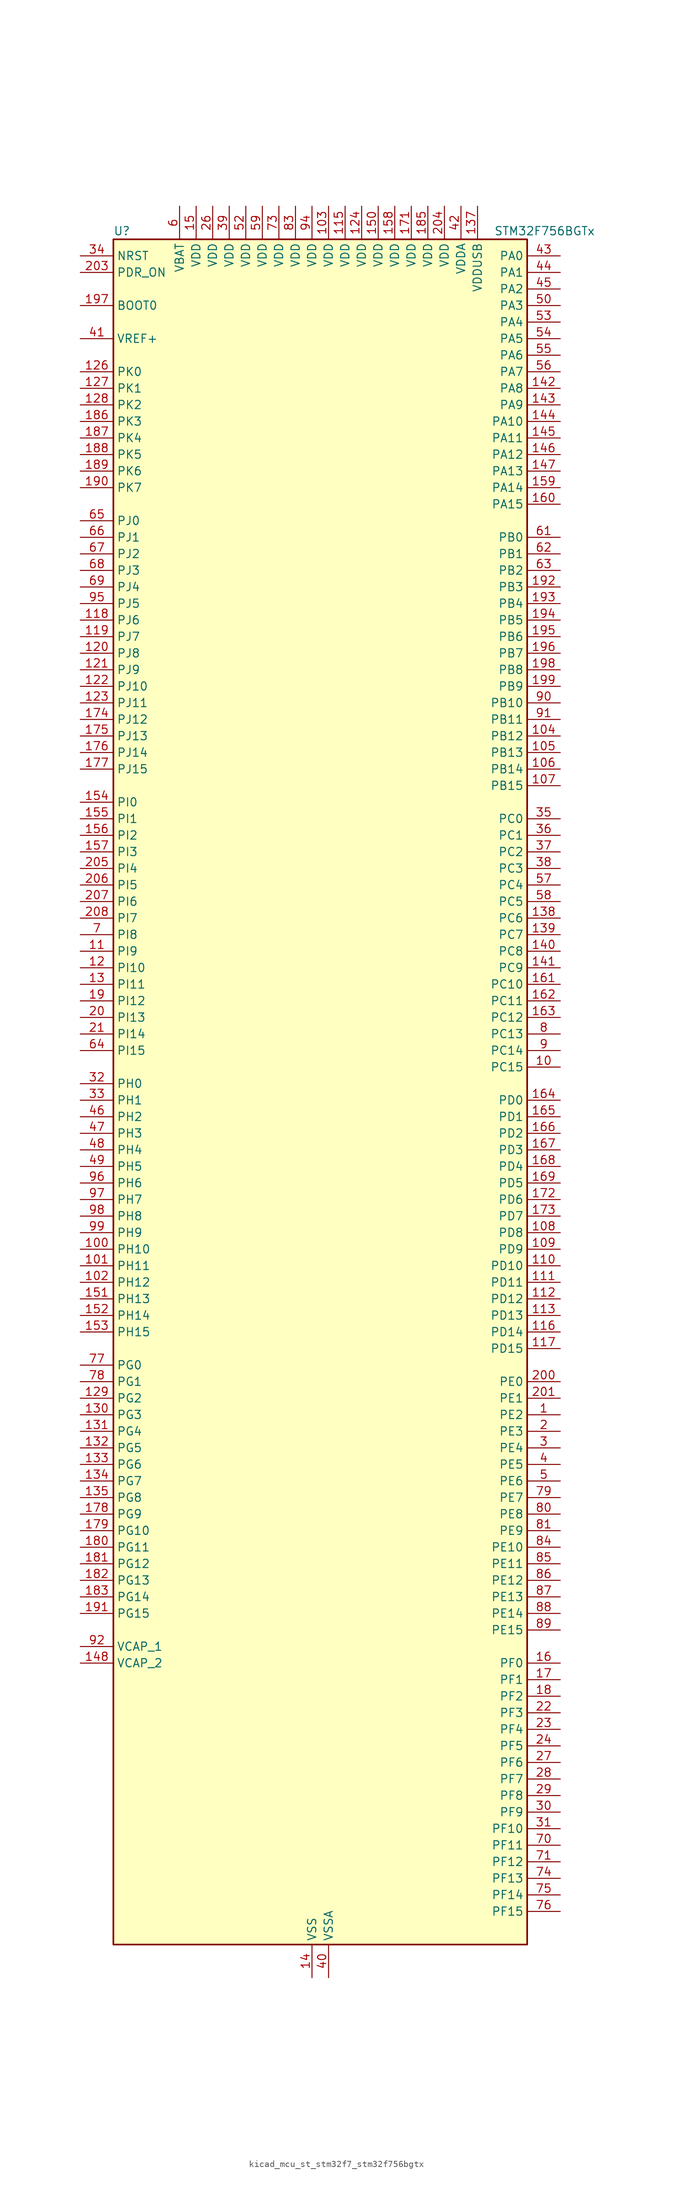
<source format=kicad_sym>
(kicad_symbol_lib
  (version 20220914)
  (generator kicad_symbol_editor)
  (symbol "kicad_mcu_st_stm32f7_stm32f756bgtx"
    (property "Reference" "U"
      (at -30.48 133.35 0)
      (effects (font (size 1.27 1.27)) (justify left)))
    (property "Value" "STM32F756BGTx"
      (at 27.94 133.35 0)
      (effects (font (size 1.27 1.27)) (justify left)))
    (property "ki_locked" ""
      (at 0 0 0)
      (effects (font (size 1.27 1.27))))
    (symbol "kicad_mcu_st_stm32f7_stm32f756bgtx_0_1"
      (rectangle (start -30.48 -129.54) (end 33.02 132.08) (stroke (width 0.254) (type default)) (fill (type background))))
    (symbol "kicad_mcu_st_stm32f7_stm32f756bgtx_1_1"
      (pin bidirectional line (at 38.1 -48.26 180) (length 5.08) (name "PE2" (effects (font (size 1.27 1.27)))) (number "1" (effects (font (size 1.27 1.27)))) (alternate "ETH_TXD3" bidirectional line) (alternate "FMC_A23" bidirectional line) (alternate "QUADSPI_BK1_IO2" bidirectional line) (alternate "SAI1_MCLK_A" bidirectional line) (alternate "SPI4_SCK" bidirectional line) (alternate "SYS_TRACECLK" bidirectional line))
      (pin bidirectional line (at 38.1 5.08 180) (length 5.08) (name "PC15" (effects (font (size 1.27 1.27)))) (number "10" (effects (font (size 1.27 1.27)))) (alternate "RCC_OSC32_OUT" bidirectional line))
      (pin bidirectional line (at -35.56 -22.86 0) (length 5.08) (name "PH10" (effects (font (size 1.27 1.27)))) (number "100" (effects (font (size 1.27 1.27)))) (alternate "DCMI_D1" bidirectional line) (alternate "FMC_D18" bidirectional line) (alternate "I2C4_SMBA" bidirectional line) (alternate "LTDC_R4" bidirectional line) (alternate "TIM5_CH1" bidirectional line))
      (pin bidirectional line (at -35.56 -25.4 0) (length 5.08) (name "PH11" (effects (font (size 1.27 1.27)))) (number "101" (effects (font (size 1.27 1.27)))) (alternate "ADC1_EXTI11" bidirectional line) (alternate "ADC2_EXTI11" bidirectional line) (alternate "ADC3_EXTI11" bidirectional line) (alternate "DCMI_D2" bidirectional line) (alternate "FMC_D19" bidirectional line) (alternate "I2C4_SCL" bidirectional line) (alternate "LTDC_R5" bidirectional line) (alternate "TIM5_CH2" bidirectional line))
      (pin bidirectional line (at -35.56 -27.94 0) (length 5.08) (name "PH12" (effects (font (size 1.27 1.27)))) (number "102" (effects (font (size 1.27 1.27)))) (alternate "DCMI_D3" bidirectional line) (alternate "FMC_D20" bidirectional line) (alternate "I2C4_SDA" bidirectional line) (alternate "LTDC_R6" bidirectional line) (alternate "TIM5_CH3" bidirectional line))
      (pin power_in line (at 2.54 137.16 270) (length 5.08) (name "VDD" (effects (font (size 1.27 1.27)))) (number "103" (effects (font (size 1.27 1.27)))))
      (pin bidirectional line (at 38.1 55.88 180) (length 5.08) (name "PB12" (effects (font (size 1.27 1.27)))) (number "104" (effects (font (size 1.27 1.27)))) (alternate "CAN2_RX" bidirectional line) (alternate "ETH_TXD0" bidirectional line) (alternate "I2C2_SMBA" bidirectional line) (alternate "I2S2_WS" bidirectional line) (alternate "SPI2_NSS" bidirectional line) (alternate "TIM1_BKIN" bidirectional line) (alternate "USART3_CK" bidirectional line) (alternate "USB_OTG_HS_ID" bidirectional line) (alternate "USB_OTG_HS_ULPI_D5" bidirectional line))
      (pin bidirectional line (at 38.1 53.34 180) (length 5.08) (name "PB13" (effects (font (size 1.27 1.27)))) (number "105" (effects (font (size 1.27 1.27)))) (alternate "CAN2_TX" bidirectional line) (alternate "ETH_TXD1" bidirectional line) (alternate "I2S2_CK" bidirectional line) (alternate "SPI2_SCK" bidirectional line) (alternate "TIM1_CH1N" bidirectional line) (alternate "USART3_CTS" bidirectional line) (alternate "USB_OTG_HS_ULPI_D6" bidirectional line) (alternate "USB_OTG_HS_VBUS" bidirectional line))
      (pin bidirectional line (at 38.1 50.8 180) (length 5.08) (name "PB14" (effects (font (size 1.27 1.27)))) (number "106" (effects (font (size 1.27 1.27)))) (alternate "SPI2_MISO" bidirectional line) (alternate "TIM12_CH1" bidirectional line) (alternate "TIM1_CH2N" bidirectional line) (alternate "TIM8_CH2N" bidirectional line) (alternate "USART3_DE" bidirectional line) (alternate "USART3_RTS" bidirectional line) (alternate "USB_OTG_HS_DM" bidirectional line))
      (pin bidirectional line (at 38.1 48.26 180) (length 5.08) (name "PB15" (effects (font (size 1.27 1.27)))) (number "107" (effects (font (size 1.27 1.27)))) (alternate "I2S2_SD" bidirectional line) (alternate "RTC_REFIN" bidirectional line) (alternate "SPI2_MOSI" bidirectional line) (alternate "TIM12_CH2" bidirectional line) (alternate "TIM1_CH3N" bidirectional line) (alternate "TIM8_CH3N" bidirectional line) (alternate "USB_OTG_HS_DP" bidirectional line))
      (pin bidirectional line (at 38.1 -20.32 180) (length 5.08) (name "PD8" (effects (font (size 1.27 1.27)))) (number "108" (effects (font (size 1.27 1.27)))) (alternate "FMC_D13" bidirectional line) (alternate "FMC_DA13" bidirectional line) (alternate "SPDIFRX_IN1" bidirectional line) (alternate "USART3_TX" bidirectional line))
      (pin bidirectional line (at 38.1 -22.86 180) (length 5.08) (name "PD9" (effects (font (size 1.27 1.27)))) (number "109" (effects (font (size 1.27 1.27)))) (alternate "DAC_EXTI9" bidirectional line) (alternate "FMC_D14" bidirectional line) (alternate "FMC_DA14" bidirectional line) (alternate "USART3_RX" bidirectional line))
      (pin bidirectional line (at -35.56 22.86 0) (length 5.08) (name "PI9" (effects (font (size 1.27 1.27)))) (number "11" (effects (font (size 1.27 1.27)))) (alternate "CAN1_RX" bidirectional line) (alternate "DAC_EXTI9" bidirectional line) (alternate "FMC_D30" bidirectional line) (alternate "LTDC_VSYNC" bidirectional line))
      (pin bidirectional line (at 38.1 -25.4 180) (length 5.08) (name "PD10" (effects (font (size 1.27 1.27)))) (number "110" (effects (font (size 1.27 1.27)))) (alternate "FMC_D15" bidirectional line) (alternate "FMC_DA15" bidirectional line) (alternate "LTDC_B3" bidirectional line) (alternate "USART3_CK" bidirectional line))
      (pin bidirectional line (at 38.1 -27.94 180) (length 5.08) (name "PD11" (effects (font (size 1.27 1.27)))) (number "111" (effects (font (size 1.27 1.27)))) (alternate "ADC1_EXTI11" bidirectional line) (alternate "ADC2_EXTI11" bidirectional line) (alternate "ADC3_EXTI11" bidirectional line) (alternate "FMC_A16" bidirectional line) (alternate "FMC_CLE" bidirectional line) (alternate "I2C4_SMBA" bidirectional line) (alternate "QUADSPI_BK1_IO0" bidirectional line) (alternate "SAI2_SD_A" bidirectional line) (alternate "USART3_CTS" bidirectional line))
      (pin bidirectional line (at 38.1 -30.48 180) (length 5.08) (name "PD12" (effects (font (size 1.27 1.27)))) (number "112" (effects (font (size 1.27 1.27)))) (alternate "FMC_A17" bidirectional line) (alternate "FMC_ALE" bidirectional line) (alternate "I2C4_SCL" bidirectional line) (alternate "LPTIM1_IN1" bidirectional line) (alternate "QUADSPI_BK1_IO1" bidirectional line) (alternate "SAI2_FS_A" bidirectional line) (alternate "TIM4_CH1" bidirectional line) (alternate "USART3_DE" bidirectional line) (alternate "USART3_RTS" bidirectional line))
      (pin bidirectional line (at 38.1 -33.02 180) (length 5.08) (name "PD13" (effects (font (size 1.27 1.27)))) (number "113" (effects (font (size 1.27 1.27)))) (alternate "FMC_A18" bidirectional line) (alternate "I2C4_SDA" bidirectional line) (alternate "LPTIM1_OUT" bidirectional line) (alternate "QUADSPI_BK1_IO3" bidirectional line) (alternate "SAI2_SCK_A" bidirectional line) (alternate "TIM4_CH2" bidirectional line))
      (pin passive line (at 0 -134.62 90) (length 5.08) hide (name "VSS" (effects (font (size 1.27 1.27)))) (number "114" (effects (font (size 1.27 1.27)))))
      (pin power_in line (at 5.08 137.16 270) (length 5.08) (name "VDD" (effects (font (size 1.27 1.27)))) (number "115" (effects (font (size 1.27 1.27)))))
      (pin bidirectional line (at 38.1 -35.56 180) (length 5.08) (name "PD14" (effects (font (size 1.27 1.27)))) (number "116" (effects (font (size 1.27 1.27)))) (alternate "FMC_D0" bidirectional line) (alternate "FMC_DA0" bidirectional line) (alternate "TIM4_CH3" bidirectional line) (alternate "UART8_CTS" bidirectional line))
      (pin bidirectional line (at 38.1 -38.1 180) (length 5.08) (name "PD15" (effects (font (size 1.27 1.27)))) (number "117" (effects (font (size 1.27 1.27)))) (alternate "FMC_D1" bidirectional line) (alternate "FMC_DA1" bidirectional line) (alternate "TIM4_CH4" bidirectional line) (alternate "UART8_DE" bidirectional line) (alternate "UART8_RTS" bidirectional line))
      (pin bidirectional line (at -35.56 73.66 0) (length 5.08) (name "PJ6" (effects (font (size 1.27 1.27)))) (number "118" (effects (font (size 1.27 1.27)))) (alternate "LTDC_R7" bidirectional line))
      (pin bidirectional line (at -35.56 71.12 0) (length 5.08) (name "PJ7" (effects (font (size 1.27 1.27)))) (number "119" (effects (font (size 1.27 1.27)))) (alternate "LTDC_G0" bidirectional line))
      (pin bidirectional line (at -35.56 20.32 0) (length 5.08) (name "PI10" (effects (font (size 1.27 1.27)))) (number "12" (effects (font (size 1.27 1.27)))) (alternate "ETH_RX_ER" bidirectional line) (alternate "FMC_D31" bidirectional line) (alternate "LTDC_HSYNC" bidirectional line))
      (pin bidirectional line (at -35.56 68.58 0) (length 5.08) (name "PJ8" (effects (font (size 1.27 1.27)))) (number "120" (effects (font (size 1.27 1.27)))) (alternate "LTDC_G1" bidirectional line))
      (pin bidirectional line (at -35.56 66.04 0) (length 5.08) (name "PJ9" (effects (font (size 1.27 1.27)))) (number "121" (effects (font (size 1.27 1.27)))) (alternate "DAC_EXTI9" bidirectional line) (alternate "LTDC_G2" bidirectional line))
      (pin bidirectional line (at -35.56 63.5 0) (length 5.08) (name "PJ10" (effects (font (size 1.27 1.27)))) (number "122" (effects (font (size 1.27 1.27)))) (alternate "LTDC_G3" bidirectional line))
      (pin bidirectional line (at -35.56 60.96 0) (length 5.08) (name "PJ11" (effects (font (size 1.27 1.27)))) (number "123" (effects (font (size 1.27 1.27)))) (alternate "ADC1_EXTI11" bidirectional line) (alternate "ADC2_EXTI11" bidirectional line) (alternate "ADC3_EXTI11" bidirectional line) (alternate "LTDC_G4" bidirectional line))
      (pin power_in line (at 7.62 137.16 270) (length 5.08) (name "VDD" (effects (font (size 1.27 1.27)))) (number "124" (effects (font (size 1.27 1.27)))))
      (pin passive line (at 0 -134.62 90) (length 5.08) hide (name "VSS" (effects (font (size 1.27 1.27)))) (number "125" (effects (font (size 1.27 1.27)))))
      (pin bidirectional line (at -35.56 111.76 0) (length 5.08) (name "PK0" (effects (font (size 1.27 1.27)))) (number "126" (effects (font (size 1.27 1.27)))) (alternate "LTDC_G5" bidirectional line))
      (pin bidirectional line (at -35.56 109.22 0) (length 5.08) (name "PK1" (effects (font (size 1.27 1.27)))) (number "127" (effects (font (size 1.27 1.27)))) (alternate "LTDC_G6" bidirectional line))
      (pin bidirectional line (at -35.56 106.68 0) (length 5.08) (name "PK2" (effects (font (size 1.27 1.27)))) (number "128" (effects (font (size 1.27 1.27)))) (alternate "LTDC_G7" bidirectional line))
      (pin bidirectional line (at -35.56 -45.72 0) (length 5.08) (name "PG2" (effects (font (size 1.27 1.27)))) (number "129" (effects (font (size 1.27 1.27)))) (alternate "FMC_A12" bidirectional line))
      (pin bidirectional line (at -35.56 17.78 0) (length 5.08) (name "PI11" (effects (font (size 1.27 1.27)))) (number "13" (effects (font (size 1.27 1.27)))) (alternate "ADC1_EXTI11" bidirectional line) (alternate "ADC2_EXTI11" bidirectional line) (alternate "ADC3_EXTI11" bidirectional line) (alternate "SYS_WKUP6" bidirectional line) (alternate "USB_OTG_HS_ULPI_DIR" bidirectional line))
      (pin bidirectional line (at -35.56 -48.26 0) (length 5.08) (name "PG3" (effects (font (size 1.27 1.27)))) (number "130" (effects (font (size 1.27 1.27)))) (alternate "FMC_A13" bidirectional line))
      (pin bidirectional line (at -35.56 -50.8 0) (length 5.08) (name "PG4" (effects (font (size 1.27 1.27)))) (number "131" (effects (font (size 1.27 1.27)))) (alternate "FMC_A14" bidirectional line) (alternate "FMC_BA0" bidirectional line))
      (pin bidirectional line (at -35.56 -53.34 0) (length 5.08) (name "PG5" (effects (font (size 1.27 1.27)))) (number "132" (effects (font (size 1.27 1.27)))) (alternate "FMC_A15" bidirectional line) (alternate "FMC_BA1" bidirectional line))
      (pin bidirectional line (at -35.56 -55.88 0) (length 5.08) (name "PG6" (effects (font (size 1.27 1.27)))) (number "133" (effects (font (size 1.27 1.27)))) (alternate "DCMI_D12" bidirectional line) (alternate "LTDC_R7" bidirectional line))
      (pin bidirectional line (at -35.56 -58.42 0) (length 5.08) (name "PG7" (effects (font (size 1.27 1.27)))) (number "134" (effects (font (size 1.27 1.27)))) (alternate "DCMI_D13" bidirectional line) (alternate "FMC_INT" bidirectional line) (alternate "LTDC_CLK" bidirectional line) (alternate "USART6_CK" bidirectional line))
      (pin bidirectional line (at -35.56 -60.96 0) (length 5.08) (name "PG8" (effects (font (size 1.27 1.27)))) (number "135" (effects (font (size 1.27 1.27)))) (alternate "ETH_PPS_OUT" bidirectional line) (alternate "FMC_SDCLK" bidirectional line) (alternate "SPDIFRX_IN2" bidirectional line) (alternate "SPI6_NSS" bidirectional line) (alternate "USART6_DE" bidirectional line) (alternate "USART6_RTS" bidirectional line))
      (pin passive line (at 0 -134.62 90) (length 5.08) hide (name "VSS" (effects (font (size 1.27 1.27)))) (number "136" (effects (font (size 1.27 1.27)))))
      (pin power_in line (at 25.4 137.16 270) (length 5.08) (name "VDDUSB" (effects (font (size 1.27 1.27)))) (number "137" (effects (font (size 1.27 1.27)))))
      (pin bidirectional line (at 38.1 27.94 180) (length 5.08) (name "PC6" (effects (font (size 1.27 1.27)))) (number "138" (effects (font (size 1.27 1.27)))) (alternate "DCMI_D0" bidirectional line) (alternate "I2S2_MCK" bidirectional line) (alternate "LTDC_HSYNC" bidirectional line) (alternate "SDMMC1_D6" bidirectional line) (alternate "TIM3_CH1" bidirectional line) (alternate "TIM8_CH1" bidirectional line) (alternate "USART6_TX" bidirectional line))
      (pin bidirectional line (at 38.1 25.4 180) (length 5.08) (name "PC7" (effects (font (size 1.27 1.27)))) (number "139" (effects (font (size 1.27 1.27)))) (alternate "DCMI_D1" bidirectional line) (alternate "I2S3_MCK" bidirectional line) (alternate "LTDC_G6" bidirectional line) (alternate "SDMMC1_D7" bidirectional line) (alternate "TIM3_CH2" bidirectional line) (alternate "TIM8_CH2" bidirectional line) (alternate "USART6_RX" bidirectional line))
      (pin power_in line (at 0 -134.62 90) (length 5.08) (name "VSS" (effects (font (size 1.27 1.27)))) (number "14" (effects (font (size 1.27 1.27)))))
      (pin bidirectional line (at 38.1 22.86 180) (length 5.08) (name "PC8" (effects (font (size 1.27 1.27)))) (number "140" (effects (font (size 1.27 1.27)))) (alternate "DCMI_D2" bidirectional line) (alternate "SDMMC1_D0" bidirectional line) (alternate "SYS_TRACED1" bidirectional line) (alternate "TIM3_CH3" bidirectional line) (alternate "TIM8_CH3" bidirectional line) (alternate "UART5_DE" bidirectional line) (alternate "UART5_RTS" bidirectional line) (alternate "USART6_CK" bidirectional line))
      (pin bidirectional line (at 38.1 20.32 180) (length 5.08) (name "PC9" (effects (font (size 1.27 1.27)))) (number "141" (effects (font (size 1.27 1.27)))) (alternate "DAC_EXTI9" bidirectional line) (alternate "DCMI_D3" bidirectional line) (alternate "I2C3_SDA" bidirectional line) (alternate "I2S_CKIN" bidirectional line) (alternate "QUADSPI_BK1_IO0" bidirectional line) (alternate "RCC_MCO_2" bidirectional line) (alternate "SDMMC1_D1" bidirectional line) (alternate "TIM3_CH4" bidirectional line) (alternate "TIM8_CH4" bidirectional line) (alternate "UART5_CTS" bidirectional line))
      (pin bidirectional line (at 38.1 109.22 180) (length 5.08) (name "PA8" (effects (font (size 1.27 1.27)))) (number "142" (effects (font (size 1.27 1.27)))) (alternate "I2C3_SCL" bidirectional line) (alternate "LTDC_R6" bidirectional line) (alternate "RCC_MCO_1" bidirectional line) (alternate "TIM1_CH1" bidirectional line) (alternate "TIM8_BKIN2" bidirectional line) (alternate "USART1_CK" bidirectional line) (alternate "USB_OTG_FS_SOF" bidirectional line))
      (pin bidirectional line (at 38.1 106.68 180) (length 5.08) (name "PA9" (effects (font (size 1.27 1.27)))) (number "143" (effects (font (size 1.27 1.27)))) (alternate "DAC_EXTI9" bidirectional line) (alternate "DCMI_D0" bidirectional line) (alternate "I2C3_SMBA" bidirectional line) (alternate "I2S2_CK" bidirectional line) (alternate "SPI2_SCK" bidirectional line) (alternate "TIM1_CH2" bidirectional line) (alternate "USART1_TX" bidirectional line) (alternate "USB_OTG_FS_VBUS" bidirectional line))
      (pin bidirectional line (at 38.1 104.14 180) (length 5.08) (name "PA10" (effects (font (size 1.27 1.27)))) (number "144" (effects (font (size 1.27 1.27)))) (alternate "DCMI_D1" bidirectional line) (alternate "TIM1_CH3" bidirectional line) (alternate "USART1_RX" bidirectional line) (alternate "USB_OTG_FS_ID" bidirectional line))
      (pin bidirectional line (at 38.1 101.6 180) (length 5.08) (name "PA11" (effects (font (size 1.27 1.27)))) (number "145" (effects (font (size 1.27 1.27)))) (alternate "ADC1_EXTI11" bidirectional line) (alternate "ADC2_EXTI11" bidirectional line) (alternate "ADC3_EXTI11" bidirectional line) (alternate "CAN1_RX" bidirectional line) (alternate "LTDC_R4" bidirectional line) (alternate "TIM1_CH4" bidirectional line) (alternate "USART1_CTS" bidirectional line) (alternate "USB_OTG_FS_DM" bidirectional line))
      (pin bidirectional line (at 38.1 99.06 180) (length 5.08) (name "PA12" (effects (font (size 1.27 1.27)))) (number "146" (effects (font (size 1.27 1.27)))) (alternate "CAN1_TX" bidirectional line) (alternate "LTDC_R5" bidirectional line) (alternate "SAI2_FS_B" bidirectional line) (alternate "TIM1_ETR" bidirectional line) (alternate "USART1_DE" bidirectional line) (alternate "USART1_RTS" bidirectional line) (alternate "USB_OTG_FS_DP" bidirectional line))
      (pin bidirectional line (at 38.1 96.52 180) (length 5.08) (name "PA13" (effects (font (size 1.27 1.27)))) (number "147" (effects (font (size 1.27 1.27)))) (alternate "SYS_JTMS-SWDIO" bidirectional line))
      (pin power_out line (at -35.56 -86.36 0) (length 5.08) (name "VCAP_2" (effects (font (size 1.27 1.27)))) (number "148" (effects (font (size 1.27 1.27)))))
      (pin passive line (at 0 -134.62 90) (length 5.08) hide (name "VSS" (effects (font (size 1.27 1.27)))) (number "149" (effects (font (size 1.27 1.27)))))
      (pin power_in line (at -17.78 137.16 270) (length 5.08) (name "VDD" (effects (font (size 1.27 1.27)))) (number "15" (effects (font (size 1.27 1.27)))))
      (pin power_in line (at 10.16 137.16 270) (length 5.08) (name "VDD" (effects (font (size 1.27 1.27)))) (number "150" (effects (font (size 1.27 1.27)))))
      (pin bidirectional line (at -35.56 -30.48 0) (length 5.08) (name "PH13" (effects (font (size 1.27 1.27)))) (number "151" (effects (font (size 1.27 1.27)))) (alternate "CAN1_TX" bidirectional line) (alternate "FMC_D21" bidirectional line) (alternate "LTDC_G2" bidirectional line) (alternate "TIM8_CH1N" bidirectional line))
      (pin bidirectional line (at -35.56 -33.02 0) (length 5.08) (name "PH14" (effects (font (size 1.27 1.27)))) (number "152" (effects (font (size 1.27 1.27)))) (alternate "DCMI_D4" bidirectional line) (alternate "FMC_D22" bidirectional line) (alternate "LTDC_G3" bidirectional line) (alternate "TIM8_CH2N" bidirectional line))
      (pin bidirectional line (at -35.56 -35.56 0) (length 5.08) (name "PH15" (effects (font (size 1.27 1.27)))) (number "153" (effects (font (size 1.27 1.27)))) (alternate "DCMI_D11" bidirectional line) (alternate "FMC_D23" bidirectional line) (alternate "LTDC_G4" bidirectional line) (alternate "TIM8_CH3N" bidirectional line))
      (pin bidirectional line (at -35.56 45.72 0) (length 5.08) (name "PI0" (effects (font (size 1.27 1.27)))) (number "154" (effects (font (size 1.27 1.27)))) (alternate "DCMI_D13" bidirectional line) (alternate "FMC_D24" bidirectional line) (alternate "I2S2_WS" bidirectional line) (alternate "LTDC_G5" bidirectional line) (alternate "SPI2_NSS" bidirectional line) (alternate "TIM5_CH4" bidirectional line))
      (pin bidirectional line (at -35.56 43.18 0) (length 5.08) (name "PI1" (effects (font (size 1.27 1.27)))) (number "155" (effects (font (size 1.27 1.27)))) (alternate "DCMI_D8" bidirectional line) (alternate "FMC_D25" bidirectional line) (alternate "I2S2_CK" bidirectional line) (alternate "LTDC_G6" bidirectional line) (alternate "SPI2_SCK" bidirectional line) (alternate "TIM8_BKIN2" bidirectional line))
      (pin bidirectional line (at -35.56 40.64 0) (length 5.08) (name "PI2" (effects (font (size 1.27 1.27)))) (number "156" (effects (font (size 1.27 1.27)))) (alternate "DCMI_D9" bidirectional line) (alternate "FMC_D26" bidirectional line) (alternate "LTDC_G7" bidirectional line) (alternate "SPI2_MISO" bidirectional line) (alternate "TIM8_CH4" bidirectional line))
      (pin bidirectional line (at -35.56 38.1 0) (length 5.08) (name "PI3" (effects (font (size 1.27 1.27)))) (number "157" (effects (font (size 1.27 1.27)))) (alternate "DCMI_D10" bidirectional line) (alternate "FMC_D27" bidirectional line) (alternate "I2S2_SD" bidirectional line) (alternate "SPI2_MOSI" bidirectional line) (alternate "TIM8_ETR" bidirectional line))
      (pin power_in line (at 12.7 137.16 270) (length 5.08) (name "VDD" (effects (font (size 1.27 1.27)))) (number "158" (effects (font (size 1.27 1.27)))))
      (pin bidirectional line (at 38.1 93.98 180) (length 5.08) (name "PA14" (effects (font (size 1.27 1.27)))) (number "159" (effects (font (size 1.27 1.27)))) (alternate "SYS_JTCK-SWCLK" bidirectional line))
      (pin bidirectional line (at 38.1 -86.36 180) (length 5.08) (name "PF0" (effects (font (size 1.27 1.27)))) (number "16" (effects (font (size 1.27 1.27)))) (alternate "FMC_A0" bidirectional line) (alternate "I2C2_SDA" bidirectional line))
      (pin bidirectional line (at 38.1 91.44 180) (length 5.08) (name "PA15" (effects (font (size 1.27 1.27)))) (number "160" (effects (font (size 1.27 1.27)))) (alternate "CEC" bidirectional line) (alternate "I2S1_WS" bidirectional line) (alternate "I2S3_WS" bidirectional line) (alternate "SPI1_NSS" bidirectional line) (alternate "SPI3_NSS" bidirectional line) (alternate "SYS_JTDI" bidirectional line) (alternate "TIM2_CH1" bidirectional line) (alternate "TIM2_ETR" bidirectional line) (alternate "UART4_DE" bidirectional line) (alternate "UART4_RTS" bidirectional line))
      (pin bidirectional line (at 38.1 17.78 180) (length 5.08) (name "PC10" (effects (font (size 1.27 1.27)))) (number "161" (effects (font (size 1.27 1.27)))) (alternate "DCMI_D8" bidirectional line) (alternate "I2S3_CK" bidirectional line) (alternate "LTDC_R2" bidirectional line) (alternate "QUADSPI_BK1_IO1" bidirectional line) (alternate "SDMMC1_D2" bidirectional line) (alternate "SPI3_SCK" bidirectional line) (alternate "UART4_TX" bidirectional line) (alternate "USART3_TX" bidirectional line))
      (pin bidirectional line (at 38.1 15.24 180) (length 5.08) (name "PC11" (effects (font (size 1.27 1.27)))) (number "162" (effects (font (size 1.27 1.27)))) (alternate "ADC1_EXTI11" bidirectional line) (alternate "ADC2_EXTI11" bidirectional line) (alternate "ADC3_EXTI11" bidirectional line) (alternate "DCMI_D4" bidirectional line) (alternate "QUADSPI_BK2_NCS" bidirectional line) (alternate "SDMMC1_D3" bidirectional line) (alternate "SPI3_MISO" bidirectional line) (alternate "UART4_RX" bidirectional line) (alternate "USART3_RX" bidirectional line))
      (pin bidirectional line (at 38.1 12.7 180) (length 5.08) (name "PC12" (effects (font (size 1.27 1.27)))) (number "163" (effects (font (size 1.27 1.27)))) (alternate "DCMI_D9" bidirectional line) (alternate "I2S3_SD" bidirectional line) (alternate "SDMMC1_CK" bidirectional line) (alternate "SPI3_MOSI" bidirectional line) (alternate "SYS_TRACED3" bidirectional line) (alternate "UART5_TX" bidirectional line) (alternate "USART3_CK" bidirectional line))
      (pin bidirectional line (at 38.1 0 180) (length 5.08) (name "PD0" (effects (font (size 1.27 1.27)))) (number "164" (effects (font (size 1.27 1.27)))) (alternate "CAN1_RX" bidirectional line) (alternate "FMC_D2" bidirectional line) (alternate "FMC_DA2" bidirectional line))
      (pin bidirectional line (at 38.1 -2.54 180) (length 5.08) (name "PD1" (effects (font (size 1.27 1.27)))) (number "165" (effects (font (size 1.27 1.27)))) (alternate "CAN1_TX" bidirectional line) (alternate "FMC_D3" bidirectional line) (alternate "FMC_DA3" bidirectional line))
      (pin bidirectional line (at 38.1 -5.08 180) (length 5.08) (name "PD2" (effects (font (size 1.27 1.27)))) (number "166" (effects (font (size 1.27 1.27)))) (alternate "DCMI_D11" bidirectional line) (alternate "SDMMC1_CMD" bidirectional line) (alternate "SYS_TRACED2" bidirectional line) (alternate "TIM3_ETR" bidirectional line) (alternate "UART5_RX" bidirectional line))
      (pin bidirectional line (at 38.1 -7.62 180) (length 5.08) (name "PD3" (effects (font (size 1.27 1.27)))) (number "167" (effects (font (size 1.27 1.27)))) (alternate "DCMI_D5" bidirectional line) (alternate "FMC_CLK" bidirectional line) (alternate "I2S2_CK" bidirectional line) (alternate "LTDC_G7" bidirectional line) (alternate "SPI2_SCK" bidirectional line) (alternate "USART2_CTS" bidirectional line))
      (pin bidirectional line (at 38.1 -10.16 180) (length 5.08) (name "PD4" (effects (font (size 1.27 1.27)))) (number "168" (effects (font (size 1.27 1.27)))) (alternate "FMC_NOE" bidirectional line) (alternate "USART2_DE" bidirectional line) (alternate "USART2_RTS" bidirectional line))
      (pin bidirectional line (at 38.1 -12.7 180) (length 5.08) (name "PD5" (effects (font (size 1.27 1.27)))) (number "169" (effects (font (size 1.27 1.27)))) (alternate "FMC_NWE" bidirectional line) (alternate "USART2_TX" bidirectional line))
      (pin bidirectional line (at 38.1 -88.9 180) (length 5.08) (name "PF1" (effects (font (size 1.27 1.27)))) (number "17" (effects (font (size 1.27 1.27)))) (alternate "FMC_A1" bidirectional line) (alternate "I2C2_SCL" bidirectional line))
      (pin passive line (at 0 -134.62 90) (length 5.08) hide (name "VSS" (effects (font (size 1.27 1.27)))) (number "170" (effects (font (size 1.27 1.27)))))
      (pin power_in line (at 15.24 137.16 270) (length 5.08) (name "VDD" (effects (font (size 1.27 1.27)))) (number "171" (effects (font (size 1.27 1.27)))))
      (pin bidirectional line (at 38.1 -15.24 180) (length 5.08) (name "PD6" (effects (font (size 1.27 1.27)))) (number "172" (effects (font (size 1.27 1.27)))) (alternate "DCMI_D10" bidirectional line) (alternate "FMC_NWAIT" bidirectional line) (alternate "I2S3_SD" bidirectional line) (alternate "LTDC_B2" bidirectional line) (alternate "SAI1_SD_A" bidirectional line) (alternate "SPI3_MOSI" bidirectional line) (alternate "USART2_RX" bidirectional line))
      (pin bidirectional line (at 38.1 -17.78 180) (length 5.08) (name "PD7" (effects (font (size 1.27 1.27)))) (number "173" (effects (font (size 1.27 1.27)))) (alternate "FMC_NE1" bidirectional line) (alternate "SPDIFRX_IN0" bidirectional line) (alternate "USART2_CK" bidirectional line))
      (pin bidirectional line (at -35.56 58.42 0) (length 5.08) (name "PJ12" (effects (font (size 1.27 1.27)))) (number "174" (effects (font (size 1.27 1.27)))) (alternate "LTDC_B0" bidirectional line))
      (pin bidirectional line (at -35.56 55.88 0) (length 5.08) (name "PJ13" (effects (font (size 1.27 1.27)))) (number "175" (effects (font (size 1.27 1.27)))) (alternate "LTDC_B1" bidirectional line))
      (pin bidirectional line (at -35.56 53.34 0) (length 5.08) (name "PJ14" (effects (font (size 1.27 1.27)))) (number "176" (effects (font (size 1.27 1.27)))) (alternate "LTDC_B2" bidirectional line))
      (pin bidirectional line (at -35.56 50.8 0) (length 5.08) (name "PJ15" (effects (font (size 1.27 1.27)))) (number "177" (effects (font (size 1.27 1.27)))) (alternate "LTDC_B3" bidirectional line))
      (pin bidirectional line (at -35.56 -63.5 0) (length 5.08) (name "PG9" (effects (font (size 1.27 1.27)))) (number "178" (effects (font (size 1.27 1.27)))) (alternate "DAC_EXTI9" bidirectional line) (alternate "DCMI_VSYNC" bidirectional line) (alternate "FMC_NCE" bidirectional line) (alternate "FMC_NE2" bidirectional line) (alternate "QUADSPI_BK2_IO2" bidirectional line) (alternate "SAI2_FS_B" bidirectional line) (alternate "SPDIFRX_IN3" bidirectional line) (alternate "USART6_RX" bidirectional line))
      (pin bidirectional line (at -35.56 -66.04 0) (length 5.08) (name "PG10" (effects (font (size 1.27 1.27)))) (number "179" (effects (font (size 1.27 1.27)))) (alternate "DCMI_D2" bidirectional line) (alternate "FMC_NE3" bidirectional line) (alternate "LTDC_B2" bidirectional line) (alternate "LTDC_G3" bidirectional line) (alternate "SAI2_SD_B" bidirectional line))
      (pin bidirectional line (at 38.1 -91.44 180) (length 5.08) (name "PF2" (effects (font (size 1.27 1.27)))) (number "18" (effects (font (size 1.27 1.27)))) (alternate "FMC_A2" bidirectional line) (alternate "I2C2_SMBA" bidirectional line))
      (pin bidirectional line (at -35.56 -68.58 0) (length 5.08) (name "PG11" (effects (font (size 1.27 1.27)))) (number "180" (effects (font (size 1.27 1.27)))) (alternate "ADC1_EXTI11" bidirectional line) (alternate "ADC2_EXTI11" bidirectional line) (alternate "ADC3_EXTI11" bidirectional line) (alternate "DCMI_D3" bidirectional line) (alternate "ETH_TX_EN" bidirectional line) (alternate "LTDC_B3" bidirectional line) (alternate "SPDIFRX_IN0" bidirectional line))
      (pin bidirectional line (at -35.56 -71.12 0) (length 5.08) (name "PG12" (effects (font (size 1.27 1.27)))) (number "181" (effects (font (size 1.27 1.27)))) (alternate "FMC_NE4" bidirectional line) (alternate "LPTIM1_IN1" bidirectional line) (alternate "LTDC_B1" bidirectional line) (alternate "LTDC_B4" bidirectional line) (alternate "SPDIFRX_IN1" bidirectional line) (alternate "SPI6_MISO" bidirectional line) (alternate "USART6_DE" bidirectional line) (alternate "USART6_RTS" bidirectional line))
      (pin bidirectional line (at -35.56 -73.66 0) (length 5.08) (name "PG13" (effects (font (size 1.27 1.27)))) (number "182" (effects (font (size 1.27 1.27)))) (alternate "ETH_TXD0" bidirectional line) (alternate "FMC_A24" bidirectional line) (alternate "LPTIM1_OUT" bidirectional line) (alternate "LTDC_R0" bidirectional line) (alternate "SPI6_SCK" bidirectional line) (alternate "SYS_TRACED0" bidirectional line) (alternate "USART6_CTS" bidirectional line))
      (pin bidirectional line (at -35.56 -76.2 0) (length 5.08) (name "PG14" (effects (font (size 1.27 1.27)))) (number "183" (effects (font (size 1.27 1.27)))) (alternate "ETH_TXD1" bidirectional line) (alternate "FMC_A25" bidirectional line) (alternate "LPTIM1_ETR" bidirectional line) (alternate "LTDC_B0" bidirectional line) (alternate "QUADSPI_BK2_IO3" bidirectional line) (alternate "SPI6_MOSI" bidirectional line) (alternate "SYS_TRACED1" bidirectional line) (alternate "USART6_TX" bidirectional line))
      (pin passive line (at 0 -134.62 90) (length 5.08) hide (name "VSS" (effects (font (size 1.27 1.27)))) (number "184" (effects (font (size 1.27 1.27)))))
      (pin power_in line (at 17.78 137.16 270) (length 5.08) (name "VDD" (effects (font (size 1.27 1.27)))) (number "185" (effects (font (size 1.27 1.27)))))
      (pin bidirectional line (at -35.56 104.14 0) (length 5.08) (name "PK3" (effects (font (size 1.27 1.27)))) (number "186" (effects (font (size 1.27 1.27)))) (alternate "LTDC_B4" bidirectional line))
      (pin bidirectional line (at -35.56 101.6 0) (length 5.08) (name "PK4" (effects (font (size 1.27 1.27)))) (number "187" (effects (font (size 1.27 1.27)))) (alternate "LTDC_B5" bidirectional line))
      (pin bidirectional line (at -35.56 99.06 0) (length 5.08) (name "PK5" (effects (font (size 1.27 1.27)))) (number "188" (effects (font (size 1.27 1.27)))) (alternate "LTDC_B6" bidirectional line))
      (pin bidirectional line (at -35.56 96.52 0) (length 5.08) (name "PK6" (effects (font (size 1.27 1.27)))) (number "189" (effects (font (size 1.27 1.27)))) (alternate "LTDC_B7" bidirectional line))
      (pin bidirectional line (at -35.56 15.24 0) (length 5.08) (name "PI12" (effects (font (size 1.27 1.27)))) (number "19" (effects (font (size 1.27 1.27)))) (alternate "LTDC_HSYNC" bidirectional line))
      (pin bidirectional line (at -35.56 93.98 0) (length 5.08) (name "PK7" (effects (font (size 1.27 1.27)))) (number "190" (effects (font (size 1.27 1.27)))) (alternate "LTDC_DE" bidirectional line))
      (pin bidirectional line (at -35.56 -78.74 0) (length 5.08) (name "PG15" (effects (font (size 1.27 1.27)))) (number "191" (effects (font (size 1.27 1.27)))) (alternate "DCMI_D13" bidirectional line) (alternate "FMC_SDNCAS" bidirectional line) (alternate "USART6_CTS" bidirectional line))
      (pin bidirectional line (at 38.1 78.74 180) (length 5.08) (name "PB3" (effects (font (size 1.27 1.27)))) (number "192" (effects (font (size 1.27 1.27)))) (alternate "I2S1_CK" bidirectional line) (alternate "I2S3_CK" bidirectional line) (alternate "SPI1_SCK" bidirectional line) (alternate "SPI3_SCK" bidirectional line) (alternate "SYS_JTDO-SWO" bidirectional line) (alternate "TIM2_CH2" bidirectional line))
      (pin bidirectional line (at 38.1 76.2 180) (length 5.08) (name "PB4" (effects (font (size 1.27 1.27)))) (number "193" (effects (font (size 1.27 1.27)))) (alternate "I2S2_WS" bidirectional line) (alternate "SPI1_MISO" bidirectional line) (alternate "SPI2_NSS" bidirectional line) (alternate "SPI3_MISO" bidirectional line) (alternate "SYS_JTRST" bidirectional line) (alternate "TIM3_CH1" bidirectional line))
      (pin bidirectional line (at 38.1 73.66 180) (length 5.08) (name "PB5" (effects (font (size 1.27 1.27)))) (number "194" (effects (font (size 1.27 1.27)))) (alternate "CAN2_RX" bidirectional line) (alternate "DCMI_D10" bidirectional line) (alternate "ETH_PPS_OUT" bidirectional line) (alternate "FMC_SDCKE1" bidirectional line) (alternate "I2C1_SMBA" bidirectional line) (alternate "I2S1_SD" bidirectional line) (alternate "I2S3_SD" bidirectional line) (alternate "SPI1_MOSI" bidirectional line) (alternate "SPI3_MOSI" bidirectional line) (alternate "TIM3_CH2" bidirectional line) (alternate "USB_OTG_HS_ULPI_D7" bidirectional line))
      (pin bidirectional line (at 38.1 71.12 180) (length 5.08) (name "PB6" (effects (font (size 1.27 1.27)))) (number "195" (effects (font (size 1.27 1.27)))) (alternate "CAN2_TX" bidirectional line) (alternate "CEC" bidirectional line) (alternate "DCMI_D5" bidirectional line) (alternate "FMC_SDNE1" bidirectional line) (alternate "I2C1_SCL" bidirectional line) (alternate "QUADSPI_BK1_NCS" bidirectional line) (alternate "TIM4_CH1" bidirectional line) (alternate "USART1_TX" bidirectional line))
      (pin bidirectional line (at 38.1 68.58 180) (length 5.08) (name "PB7" (effects (font (size 1.27 1.27)))) (number "196" (effects (font (size 1.27 1.27)))) (alternate "DCMI_VSYNC" bidirectional line) (alternate "FMC_NL" bidirectional line) (alternate "I2C1_SDA" bidirectional line) (alternate "TIM4_CH2" bidirectional line) (alternate "USART1_RX" bidirectional line))
      (pin input line (at -35.56 121.92 0) (length 5.08) (name "BOOT0" (effects (font (size 1.27 1.27)))) (number "197" (effects (font (size 1.27 1.27)))))
      (pin bidirectional line (at 38.1 66.04 180) (length 5.08) (name "PB8" (effects (font (size 1.27 1.27)))) (number "198" (effects (font (size 1.27 1.27)))) (alternate "CAN1_RX" bidirectional line) (alternate "DCMI_D6" bidirectional line) (alternate "ETH_TXD3" bidirectional line) (alternate "I2C1_SCL" bidirectional line) (alternate "LTDC_B6" bidirectional line) (alternate "SDMMC1_D4" bidirectional line) (alternate "TIM10_CH1" bidirectional line) (alternate "TIM4_CH3" bidirectional line))
      (pin bidirectional line (at 38.1 63.5 180) (length 5.08) (name "PB9" (effects (font (size 1.27 1.27)))) (number "199" (effects (font (size 1.27 1.27)))) (alternate "CAN1_TX" bidirectional line) (alternate "DAC_EXTI9" bidirectional line) (alternate "DCMI_D7" bidirectional line) (alternate "I2C1_SDA" bidirectional line) (alternate "I2S2_WS" bidirectional line) (alternate "LTDC_B7" bidirectional line) (alternate "SDMMC1_D5" bidirectional line) (alternate "SPI2_NSS" bidirectional line) (alternate "TIM11_CH1" bidirectional line) (alternate "TIM4_CH4" bidirectional line))
      (pin bidirectional line (at 38.1 -50.8 180) (length 5.08) (name "PE3" (effects (font (size 1.27 1.27)))) (number "2" (effects (font (size 1.27 1.27)))) (alternate "FMC_A19" bidirectional line) (alternate "SAI1_SD_B" bidirectional line) (alternate "SYS_TRACED0" bidirectional line))
      (pin bidirectional line (at -35.56 12.7 0) (length 5.08) (name "PI13" (effects (font (size 1.27 1.27)))) (number "20" (effects (font (size 1.27 1.27)))) (alternate "LTDC_VSYNC" bidirectional line))
      (pin bidirectional line (at 38.1 -43.18 180) (length 5.08) (name "PE0" (effects (font (size 1.27 1.27)))) (number "200" (effects (font (size 1.27 1.27)))) (alternate "DCMI_D2" bidirectional line) (alternate "FMC_NBL0" bidirectional line) (alternate "LPTIM1_ETR" bidirectional line) (alternate "SAI2_MCLK_A" bidirectional line) (alternate "TIM4_ETR" bidirectional line) (alternate "UART8_RX" bidirectional line))
      (pin bidirectional line (at 38.1 -45.72 180) (length 5.08) (name "PE1" (effects (font (size 1.27 1.27)))) (number "201" (effects (font (size 1.27 1.27)))) (alternate "DCMI_D3" bidirectional line) (alternate "FMC_NBL1" bidirectional line) (alternate "LPTIM1_IN2" bidirectional line) (alternate "UART8_TX" bidirectional line))
      (pin passive line (at 0 -134.62 90) (length 5.08) hide (name "VSS" (effects (font (size 1.27 1.27)))) (number "202" (effects (font (size 1.27 1.27)))))
      (pin input line (at -35.56 127 0) (length 5.08) (name "PDR_ON" (effects (font (size 1.27 1.27)))) (number "203" (effects (font (size 1.27 1.27)))))
      (pin power_in line (at 20.32 137.16 270) (length 5.08) (name "VDD" (effects (font (size 1.27 1.27)))) (number "204" (effects (font (size 1.27 1.27)))))
      (pin bidirectional line (at -35.56 35.56 0) (length 5.08) (name "PI4" (effects (font (size 1.27 1.27)))) (number "205" (effects (font (size 1.27 1.27)))) (alternate "DCMI_D5" bidirectional line) (alternate "FMC_NBL2" bidirectional line) (alternate "LTDC_B4" bidirectional line) (alternate "SAI2_MCLK_A" bidirectional line) (alternate "TIM8_BKIN" bidirectional line))
      (pin bidirectional line (at -35.56 33.02 0) (length 5.08) (name "PI5" (effects (font (size 1.27 1.27)))) (number "206" (effects (font (size 1.27 1.27)))) (alternate "DCMI_VSYNC" bidirectional line) (alternate "FMC_NBL3" bidirectional line) (alternate "LTDC_B5" bidirectional line) (alternate "SAI2_SCK_A" bidirectional line) (alternate "TIM8_CH1" bidirectional line))
      (pin bidirectional line (at -35.56 30.48 0) (length 5.08) (name "PI6" (effects (font (size 1.27 1.27)))) (number "207" (effects (font (size 1.27 1.27)))) (alternate "DCMI_D6" bidirectional line) (alternate "FMC_D28" bidirectional line) (alternate "LTDC_B6" bidirectional line) (alternate "SAI2_SD_A" bidirectional line) (alternate "TIM8_CH2" bidirectional line))
      (pin bidirectional line (at -35.56 27.94 0) (length 5.08) (name "PI7" (effects (font (size 1.27 1.27)))) (number "208" (effects (font (size 1.27 1.27)))) (alternate "DCMI_D7" bidirectional line) (alternate "FMC_D29" bidirectional line) (alternate "LTDC_B7" bidirectional line) (alternate "SAI2_FS_A" bidirectional line) (alternate "TIM8_CH3" bidirectional line))
      (pin bidirectional line (at -35.56 10.16 0) (length 5.08) (name "PI14" (effects (font (size 1.27 1.27)))) (number "21" (effects (font (size 1.27 1.27)))) (alternate "LTDC_CLK" bidirectional line))
      (pin bidirectional line (at 38.1 -93.98 180) (length 5.08) (name "PF3" (effects (font (size 1.27 1.27)))) (number "22" (effects (font (size 1.27 1.27)))) (alternate "ADC3_IN9" bidirectional line) (alternate "FMC_A3" bidirectional line))
      (pin bidirectional line (at 38.1 -96.52 180) (length 5.08) (name "PF4" (effects (font (size 1.27 1.27)))) (number "23" (effects (font (size 1.27 1.27)))) (alternate "ADC3_IN14" bidirectional line) (alternate "FMC_A4" bidirectional line))
      (pin bidirectional line (at 38.1 -99.06 180) (length 5.08) (name "PF5" (effects (font (size 1.27 1.27)))) (number "24" (effects (font (size 1.27 1.27)))) (alternate "ADC3_IN15" bidirectional line) (alternate "FMC_A5" bidirectional line))
      (pin passive line (at 0 -134.62 90) (length 5.08) hide (name "VSS" (effects (font (size 1.27 1.27)))) (number "25" (effects (font (size 1.27 1.27)))))
      (pin power_in line (at -15.24 137.16 270) (length 5.08) (name "VDD" (effects (font (size 1.27 1.27)))) (number "26" (effects (font (size 1.27 1.27)))))
      (pin bidirectional line (at 38.1 -101.6 180) (length 5.08) (name "PF6" (effects (font (size 1.27 1.27)))) (number "27" (effects (font (size 1.27 1.27)))) (alternate "ADC3_IN4" bidirectional line) (alternate "QUADSPI_BK1_IO3" bidirectional line) (alternate "SAI1_SD_B" bidirectional line) (alternate "SPI5_NSS" bidirectional line) (alternate "TIM10_CH1" bidirectional line) (alternate "UART7_RX" bidirectional line))
      (pin bidirectional line (at 38.1 -104.14 180) (length 5.08) (name "PF7" (effects (font (size 1.27 1.27)))) (number "28" (effects (font (size 1.27 1.27)))) (alternate "ADC3_IN5" bidirectional line) (alternate "QUADSPI_BK1_IO2" bidirectional line) (alternate "SAI1_MCLK_B" bidirectional line) (alternate "SPI5_SCK" bidirectional line) (alternate "TIM11_CH1" bidirectional line) (alternate "UART7_TX" bidirectional line))
      (pin bidirectional line (at 38.1 -106.68 180) (length 5.08) (name "PF8" (effects (font (size 1.27 1.27)))) (number "29" (effects (font (size 1.27 1.27)))) (alternate "ADC3_IN6" bidirectional line) (alternate "QUADSPI_BK1_IO0" bidirectional line) (alternate "SAI1_SCK_B" bidirectional line) (alternate "SPI5_MISO" bidirectional line) (alternate "TIM13_CH1" bidirectional line) (alternate "UART7_DE" bidirectional line) (alternate "UART7_RTS" bidirectional line))
      (pin bidirectional line (at 38.1 -53.34 180) (length 5.08) (name "PE4" (effects (font (size 1.27 1.27)))) (number "3" (effects (font (size 1.27 1.27)))) (alternate "DCMI_D4" bidirectional line) (alternate "FMC_A20" bidirectional line) (alternate "LTDC_B0" bidirectional line) (alternate "SAI1_FS_A" bidirectional line) (alternate "SPI4_NSS" bidirectional line) (alternate "SYS_TRACED1" bidirectional line))
      (pin bidirectional line (at 38.1 -109.22 180) (length 5.08) (name "PF9" (effects (font (size 1.27 1.27)))) (number "30" (effects (font (size 1.27 1.27)))) (alternate "ADC3_IN7" bidirectional line) (alternate "DAC_EXTI9" bidirectional line) (alternate "QUADSPI_BK1_IO1" bidirectional line) (alternate "SAI1_FS_B" bidirectional line) (alternate "SPI5_MOSI" bidirectional line) (alternate "TIM14_CH1" bidirectional line) (alternate "UART7_CTS" bidirectional line))
      (pin bidirectional line (at 38.1 -111.76 180) (length 5.08) (name "PF10" (effects (font (size 1.27 1.27)))) (number "31" (effects (font (size 1.27 1.27)))) (alternate "ADC3_IN8" bidirectional line) (alternate "DCMI_D11" bidirectional line) (alternate "LTDC_DE" bidirectional line))
      (pin bidirectional line (at -35.56 2.54 0) (length 5.08) (name "PH0" (effects (font (size 1.27 1.27)))) (number "32" (effects (font (size 1.27 1.27)))) (alternate "RCC_OSC_IN" bidirectional line))
      (pin bidirectional line (at -35.56 0 0) (length 5.08) (name "PH1" (effects (font (size 1.27 1.27)))) (number "33" (effects (font (size 1.27 1.27)))) (alternate "RCC_OSC_OUT" bidirectional line))
      (pin input line (at -35.56 129.54 0) (length 5.08) (name "NRST" (effects (font (size 1.27 1.27)))) (number "34" (effects (font (size 1.27 1.27)))))
      (pin bidirectional line (at 38.1 43.18 180) (length 5.08) (name "PC0" (effects (font (size 1.27 1.27)))) (number "35" (effects (font (size 1.27 1.27)))) (alternate "ADC1_IN10" bidirectional line) (alternate "ADC2_IN10" bidirectional line) (alternate "ADC3_IN10" bidirectional line) (alternate "FMC_SDNWE" bidirectional line) (alternate "LTDC_R5" bidirectional line) (alternate "SAI2_FS_B" bidirectional line) (alternate "USB_OTG_HS_ULPI_STP" bidirectional line))
      (pin bidirectional line (at 38.1 40.64 180) (length 5.08) (name "PC1" (effects (font (size 1.27 1.27)))) (number "36" (effects (font (size 1.27 1.27)))) (alternate "ADC1_IN11" bidirectional line) (alternate "ADC2_IN11" bidirectional line) (alternate "ADC3_IN11" bidirectional line) (alternate "ETH_MDC" bidirectional line) (alternate "I2S2_SD" bidirectional line) (alternate "RTC_TAMP3" bidirectional line) (alternate "RTC_TS" bidirectional line) (alternate "SAI1_SD_A" bidirectional line) (alternate "SPI2_MOSI" bidirectional line) (alternate "SYS_TRACED0" bidirectional line) (alternate "SYS_WKUP3" bidirectional line))
      (pin bidirectional line (at 38.1 38.1 180) (length 5.08) (name "PC2" (effects (font (size 1.27 1.27)))) (number "37" (effects (font (size 1.27 1.27)))) (alternate "ADC1_IN12" bidirectional line) (alternate "ADC2_IN12" bidirectional line) (alternate "ADC3_IN12" bidirectional line) (alternate "ETH_TXD2" bidirectional line) (alternate "FMC_SDNE0" bidirectional line) (alternate "SPI2_MISO" bidirectional line) (alternate "USB_OTG_HS_ULPI_DIR" bidirectional line))
      (pin bidirectional line (at 38.1 35.56 180) (length 5.08) (name "PC3" (effects (font (size 1.27 1.27)))) (number "38" (effects (font (size 1.27 1.27)))) (alternate "ADC1_IN13" bidirectional line) (alternate "ADC2_IN13" bidirectional line) (alternate "ADC3_IN13" bidirectional line) (alternate "ETH_TX_CLK" bidirectional line) (alternate "FMC_SDCKE0" bidirectional line) (alternate "I2S2_SD" bidirectional line) (alternate "SPI2_MOSI" bidirectional line) (alternate "USB_OTG_HS_ULPI_NXT" bidirectional line))
      (pin power_in line (at -12.7 137.16 270) (length 5.08) (name "VDD" (effects (font (size 1.27 1.27)))) (number "39" (effects (font (size 1.27 1.27)))))
      (pin bidirectional line (at 38.1 -55.88 180) (length 5.08) (name "PE5" (effects (font (size 1.27 1.27)))) (number "4" (effects (font (size 1.27 1.27)))) (alternate "DCMI_D6" bidirectional line) (alternate "FMC_A21" bidirectional line) (alternate "LTDC_G0" bidirectional line) (alternate "SAI1_SCK_A" bidirectional line) (alternate "SPI4_MISO" bidirectional line) (alternate "SYS_TRACED2" bidirectional line) (alternate "TIM9_CH1" bidirectional line))
      (pin power_in line (at 2.54 -134.62 90) (length 5.08) (name "VSSA" (effects (font (size 1.27 1.27)))) (number "40" (effects (font (size 1.27 1.27)))))
      (pin input line (at -35.56 116.84 0) (length 5.08) (name "VREF+" (effects (font (size 1.27 1.27)))) (number "41" (effects (font (size 1.27 1.27)))))
      (pin power_in line (at 22.86 137.16 270) (length 5.08) (name "VDDA" (effects (font (size 1.27 1.27)))) (number "42" (effects (font (size 1.27 1.27)))))
      (pin bidirectional line (at 38.1 129.54 180) (length 5.08) (name "PA0" (effects (font (size 1.27 1.27)))) (number "43" (effects (font (size 1.27 1.27)))) (alternate "ADC1_IN0" bidirectional line) (alternate "ADC2_IN0" bidirectional line) (alternate "ADC3_IN0" bidirectional line) (alternate "ETH_CRS" bidirectional line) (alternate "SAI2_SD_B" bidirectional line) (alternate "SYS_WKUP1" bidirectional line) (alternate "TIM2_CH1" bidirectional line) (alternate "TIM2_ETR" bidirectional line) (alternate "TIM5_CH1" bidirectional line) (alternate "TIM8_ETR" bidirectional line) (alternate "UART4_TX" bidirectional line) (alternate "USART2_CTS" bidirectional line))
      (pin bidirectional line (at 38.1 127 180) (length 5.08) (name "PA1" (effects (font (size 1.27 1.27)))) (number "44" (effects (font (size 1.27 1.27)))) (alternate "ADC1_IN1" bidirectional line) (alternate "ADC2_IN1" bidirectional line) (alternate "ADC3_IN1" bidirectional line) (alternate "ETH_REF_CLK" bidirectional line) (alternate "ETH_RX_CLK" bidirectional line) (alternate "LTDC_R2" bidirectional line) (alternate "QUADSPI_BK1_IO3" bidirectional line) (alternate "SAI2_MCLK_B" bidirectional line) (alternate "TIM2_CH2" bidirectional line) (alternate "TIM5_CH2" bidirectional line) (alternate "UART4_RX" bidirectional line) (alternate "USART2_DE" bidirectional line) (alternate "USART2_RTS" bidirectional line))
      (pin bidirectional line (at 38.1 124.46 180) (length 5.08) (name "PA2" (effects (font (size 1.27 1.27)))) (number "45" (effects (font (size 1.27 1.27)))) (alternate "ADC1_IN2" bidirectional line) (alternate "ADC2_IN2" bidirectional line) (alternate "ADC3_IN2" bidirectional line) (alternate "ETH_MDIO" bidirectional line) (alternate "LTDC_R1" bidirectional line) (alternate "SAI2_SCK_B" bidirectional line) (alternate "SYS_WKUP2" bidirectional line) (alternate "TIM2_CH3" bidirectional line) (alternate "TIM5_CH3" bidirectional line) (alternate "TIM9_CH1" bidirectional line) (alternate "USART2_TX" bidirectional line))
      (pin bidirectional line (at -35.56 -2.54 0) (length 5.08) (name "PH2" (effects (font (size 1.27 1.27)))) (number "46" (effects (font (size 1.27 1.27)))) (alternate "ETH_CRS" bidirectional line) (alternate "FMC_SDCKE0" bidirectional line) (alternate "LPTIM1_IN2" bidirectional line) (alternate "LTDC_R0" bidirectional line) (alternate "QUADSPI_BK2_IO0" bidirectional line) (alternate "SAI2_SCK_B" bidirectional line))
      (pin bidirectional line (at -35.56 -5.08 0) (length 5.08) (name "PH3" (effects (font (size 1.27 1.27)))) (number "47" (effects (font (size 1.27 1.27)))) (alternate "ETH_COL" bidirectional line) (alternate "FMC_SDNE0" bidirectional line) (alternate "LTDC_R1" bidirectional line) (alternate "QUADSPI_BK2_IO1" bidirectional line) (alternate "SAI2_MCLK_B" bidirectional line))
      (pin bidirectional line (at -35.56 -7.62 0) (length 5.08) (name "PH4" (effects (font (size 1.27 1.27)))) (number "48" (effects (font (size 1.27 1.27)))) (alternate "I2C2_SCL" bidirectional line) (alternate "USB_OTG_HS_ULPI_NXT" bidirectional line))
      (pin bidirectional line (at -35.56 -10.16 0) (length 5.08) (name "PH5" (effects (font (size 1.27 1.27)))) (number "49" (effects (font (size 1.27 1.27)))) (alternate "FMC_SDNWE" bidirectional line) (alternate "I2C2_SDA" bidirectional line) (alternate "SPI5_NSS" bidirectional line))
      (pin bidirectional line (at 38.1 -58.42 180) (length 5.08) (name "PE6" (effects (font (size 1.27 1.27)))) (number "5" (effects (font (size 1.27 1.27)))) (alternate "DCMI_D7" bidirectional line) (alternate "FMC_A22" bidirectional line) (alternate "LTDC_G1" bidirectional line) (alternate "SAI1_SD_A" bidirectional line) (alternate "SAI2_MCLK_B" bidirectional line) (alternate "SPI4_MOSI" bidirectional line) (alternate "SYS_TRACED3" bidirectional line) (alternate "TIM1_BKIN2" bidirectional line) (alternate "TIM9_CH2" bidirectional line))
      (pin bidirectional line (at 38.1 121.92 180) (length 5.08) (name "PA3" (effects (font (size 1.27 1.27)))) (number "50" (effects (font (size 1.27 1.27)))) (alternate "ADC1_IN3" bidirectional line) (alternate "ADC2_IN3" bidirectional line) (alternate "ADC3_IN3" bidirectional line) (alternate "ETH_COL" bidirectional line) (alternate "LTDC_B5" bidirectional line) (alternate "TIM2_CH4" bidirectional line) (alternate "TIM5_CH4" bidirectional line) (alternate "TIM9_CH2" bidirectional line) (alternate "USART2_RX" bidirectional line) (alternate "USB_OTG_HS_ULPI_D0" bidirectional line))
      (pin passive line (at 0 -134.62 90) (length 5.08) hide (name "VSS" (effects (font (size 1.27 1.27)))) (number "51" (effects (font (size 1.27 1.27)))))
      (pin power_in line (at -10.16 137.16 270) (length 5.08) (name "VDD" (effects (font (size 1.27 1.27)))) (number "52" (effects (font (size 1.27 1.27)))))
      (pin bidirectional line (at 38.1 119.38 180) (length 5.08) (name "PA4" (effects (font (size 1.27 1.27)))) (number "53" (effects (font (size 1.27 1.27)))) (alternate "ADC1_IN4" bidirectional line) (alternate "ADC2_IN4" bidirectional line) (alternate "DAC_OUT1" bidirectional line) (alternate "DCMI_HSYNC" bidirectional line) (alternate "I2S1_WS" bidirectional line) (alternate "I2S3_WS" bidirectional line) (alternate "LTDC_VSYNC" bidirectional line) (alternate "SPI1_NSS" bidirectional line) (alternate "SPI3_NSS" bidirectional line) (alternate "USART2_CK" bidirectional line) (alternate "USB_OTG_HS_SOF" bidirectional line))
      (pin bidirectional line (at 38.1 116.84 180) (length 5.08) (name "PA5" (effects (font (size 1.27 1.27)))) (number "54" (effects (font (size 1.27 1.27)))) (alternate "ADC1_IN5" bidirectional line) (alternate "ADC2_IN5" bidirectional line) (alternate "DAC_OUT2" bidirectional line) (alternate "I2S1_CK" bidirectional line) (alternate "LTDC_R4" bidirectional line) (alternate "SPI1_SCK" bidirectional line) (alternate "TIM2_CH1" bidirectional line) (alternate "TIM2_ETR" bidirectional line) (alternate "TIM8_CH1N" bidirectional line) (alternate "USB_OTG_HS_ULPI_CK" bidirectional line))
      (pin bidirectional line (at 38.1 114.3 180) (length 5.08) (name "PA6" (effects (font (size 1.27 1.27)))) (number "55" (effects (font (size 1.27 1.27)))) (alternate "ADC1_IN6" bidirectional line) (alternate "ADC2_IN6" bidirectional line) (alternate "DCMI_PIXCLK" bidirectional line) (alternate "LTDC_G2" bidirectional line) (alternate "SPI1_MISO" bidirectional line) (alternate "TIM13_CH1" bidirectional line) (alternate "TIM1_BKIN" bidirectional line) (alternate "TIM3_CH1" bidirectional line) (alternate "TIM8_BKIN" bidirectional line))
      (pin bidirectional line (at 38.1 111.76 180) (length 5.08) (name "PA7" (effects (font (size 1.27 1.27)))) (number "56" (effects (font (size 1.27 1.27)))) (alternate "ADC1_IN7" bidirectional line) (alternate "ADC2_IN7" bidirectional line) (alternate "ETH_CRS_DV" bidirectional line) (alternate "ETH_RX_DV" bidirectional line) (alternate "FMC_SDNWE" bidirectional line) (alternate "I2S1_SD" bidirectional line) (alternate "SPI1_MOSI" bidirectional line) (alternate "TIM14_CH1" bidirectional line) (alternate "TIM1_CH1N" bidirectional line) (alternate "TIM3_CH2" bidirectional line) (alternate "TIM8_CH1N" bidirectional line))
      (pin bidirectional line (at 38.1 33.02 180) (length 5.08) (name "PC4" (effects (font (size 1.27 1.27)))) (number "57" (effects (font (size 1.27 1.27)))) (alternate "ADC1_IN14" bidirectional line) (alternate "ADC2_IN14" bidirectional line) (alternate "ETH_RXD0" bidirectional line) (alternate "FMC_SDNE0" bidirectional line) (alternate "I2S1_MCK" bidirectional line) (alternate "SPDIFRX_IN2" bidirectional line))
      (pin bidirectional line (at 38.1 30.48 180) (length 5.08) (name "PC5" (effects (font (size 1.27 1.27)))) (number "58" (effects (font (size 1.27 1.27)))) (alternate "ADC1_IN15" bidirectional line) (alternate "ADC2_IN15" bidirectional line) (alternate "ETH_RXD1" bidirectional line) (alternate "FMC_SDCKE0" bidirectional line) (alternate "SPDIFRX_IN3" bidirectional line))
      (pin power_in line (at -7.62 137.16 270) (length 5.08) (name "VDD" (effects (font (size 1.27 1.27)))) (number "59" (effects (font (size 1.27 1.27)))))
      (pin power_in line (at -20.32 137.16 270) (length 5.08) (name "VBAT" (effects (font (size 1.27 1.27)))) (number "6" (effects (font (size 1.27 1.27)))))
      (pin passive line (at 0 -134.62 90) (length 5.08) hide (name "VSS" (effects (font (size 1.27 1.27)))) (number "60" (effects (font (size 1.27 1.27)))))
      (pin bidirectional line (at 38.1 86.36 180) (length 5.08) (name "PB0" (effects (font (size 1.27 1.27)))) (number "61" (effects (font (size 1.27 1.27)))) (alternate "ADC1_IN8" bidirectional line) (alternate "ADC2_IN8" bidirectional line) (alternate "ETH_RXD2" bidirectional line) (alternate "LTDC_R3" bidirectional line) (alternate "TIM1_CH2N" bidirectional line) (alternate "TIM3_CH3" bidirectional line) (alternate "TIM8_CH2N" bidirectional line) (alternate "UART4_CTS" bidirectional line) (alternate "USB_OTG_HS_ULPI_D1" bidirectional line))
      (pin bidirectional line (at 38.1 83.82 180) (length 5.08) (name "PB1" (effects (font (size 1.27 1.27)))) (number "62" (effects (font (size 1.27 1.27)))) (alternate "ADC1_IN9" bidirectional line) (alternate "ADC2_IN9" bidirectional line) (alternate "ETH_RXD3" bidirectional line) (alternate "LTDC_R6" bidirectional line) (alternate "TIM1_CH3N" bidirectional line) (alternate "TIM3_CH4" bidirectional line) (alternate "TIM8_CH3N" bidirectional line) (alternate "USB_OTG_HS_ULPI_D2" bidirectional line))
      (pin bidirectional line (at 38.1 81.28 180) (length 5.08) (name "PB2" (effects (font (size 1.27 1.27)))) (number "63" (effects (font (size 1.27 1.27)))) (alternate "I2S3_SD" bidirectional line) (alternate "QUADSPI_CLK" bidirectional line) (alternate "SAI1_SD_A" bidirectional line) (alternate "SPI3_MOSI" bidirectional line))
      (pin bidirectional line (at -35.56 7.62 0) (length 5.08) (name "PI15" (effects (font (size 1.27 1.27)))) (number "64" (effects (font (size 1.27 1.27)))) (alternate "LTDC_R0" bidirectional line))
      (pin bidirectional line (at -35.56 88.9 0) (length 5.08) (name "PJ0" (effects (font (size 1.27 1.27)))) (number "65" (effects (font (size 1.27 1.27)))) (alternate "LTDC_R1" bidirectional line))
      (pin bidirectional line (at -35.56 86.36 0) (length 5.08) (name "PJ1" (effects (font (size 1.27 1.27)))) (number "66" (effects (font (size 1.27 1.27)))) (alternate "LTDC_R2" bidirectional line))
      (pin bidirectional line (at -35.56 83.82 0) (length 5.08) (name "PJ2" (effects (font (size 1.27 1.27)))) (number "67" (effects (font (size 1.27 1.27)))) (alternate "LTDC_R3" bidirectional line))
      (pin bidirectional line (at -35.56 81.28 0) (length 5.08) (name "PJ3" (effects (font (size 1.27 1.27)))) (number "68" (effects (font (size 1.27 1.27)))) (alternate "LTDC_R4" bidirectional line))
      (pin bidirectional line (at -35.56 78.74 0) (length 5.08) (name "PJ4" (effects (font (size 1.27 1.27)))) (number "69" (effects (font (size 1.27 1.27)))) (alternate "LTDC_R5" bidirectional line))
      (pin bidirectional line (at -35.56 25.4 0) (length 5.08) (name "PI8" (effects (font (size 1.27 1.27)))) (number "7" (effects (font (size 1.27 1.27)))) (alternate "RTC_TAMP2" bidirectional line) (alternate "RTC_TS" bidirectional line) (alternate "SYS_WKUP5" bidirectional line))
      (pin bidirectional line (at 38.1 -114.3 180) (length 5.08) (name "PF11" (effects (font (size 1.27 1.27)))) (number "70" (effects (font (size 1.27 1.27)))) (alternate "ADC1_EXTI11" bidirectional line) (alternate "ADC2_EXTI11" bidirectional line) (alternate "ADC3_EXTI11" bidirectional line) (alternate "DCMI_D12" bidirectional line) (alternate "FMC_SDNRAS" bidirectional line) (alternate "SAI2_SD_B" bidirectional line) (alternate "SPI5_MOSI" bidirectional line))
      (pin bidirectional line (at 38.1 -116.84 180) (length 5.08) (name "PF12" (effects (font (size 1.27 1.27)))) (number "71" (effects (font (size 1.27 1.27)))) (alternate "FMC_A6" bidirectional line))
      (pin passive line (at 0 -134.62 90) (length 5.08) hide (name "VSS" (effects (font (size 1.27 1.27)))) (number "72" (effects (font (size 1.27 1.27)))))
      (pin power_in line (at -5.08 137.16 270) (length 5.08) (name "VDD" (effects (font (size 1.27 1.27)))) (number "73" (effects (font (size 1.27 1.27)))))
      (pin bidirectional line (at 38.1 -119.38 180) (length 5.08) (name "PF13" (effects (font (size 1.27 1.27)))) (number "74" (effects (font (size 1.27 1.27)))) (alternate "FMC_A7" bidirectional line) (alternate "I2C4_SMBA" bidirectional line))
      (pin bidirectional line (at 38.1 -121.92 180) (length 5.08) (name "PF14" (effects (font (size 1.27 1.27)))) (number "75" (effects (font (size 1.27 1.27)))) (alternate "FMC_A8" bidirectional line) (alternate "I2C4_SCL" bidirectional line))
      (pin bidirectional line (at 38.1 -124.46 180) (length 5.08) (name "PF15" (effects (font (size 1.27 1.27)))) (number "76" (effects (font (size 1.27 1.27)))) (alternate "FMC_A9" bidirectional line) (alternate "I2C4_SDA" bidirectional line))
      (pin bidirectional line (at -35.56 -40.64 0) (length 5.08) (name "PG0" (effects (font (size 1.27 1.27)))) (number "77" (effects (font (size 1.27 1.27)))) (alternate "FMC_A10" bidirectional line))
      (pin bidirectional line (at -35.56 -43.18 0) (length 5.08) (name "PG1" (effects (font (size 1.27 1.27)))) (number "78" (effects (font (size 1.27 1.27)))) (alternate "FMC_A11" bidirectional line))
      (pin bidirectional line (at 38.1 -60.96 180) (length 5.08) (name "PE7" (effects (font (size 1.27 1.27)))) (number "79" (effects (font (size 1.27 1.27)))) (alternate "FMC_D4" bidirectional line) (alternate "FMC_DA4" bidirectional line) (alternate "QUADSPI_BK2_IO0" bidirectional line) (alternate "TIM1_ETR" bidirectional line) (alternate "UART7_RX" bidirectional line))
      (pin bidirectional line (at 38.1 10.16 180) (length 5.08) (name "PC13" (effects (font (size 1.27 1.27)))) (number "8" (effects (font (size 1.27 1.27)))) (alternate "RTC_OUT" bidirectional line) (alternate "RTC_TAMP1" bidirectional line) (alternate "RTC_TS" bidirectional line) (alternate "SYS_WKUP4" bidirectional line))
      (pin bidirectional line (at 38.1 -63.5 180) (length 5.08) (name "PE8" (effects (font (size 1.27 1.27)))) (number "80" (effects (font (size 1.27 1.27)))) (alternate "FMC_D5" bidirectional line) (alternate "FMC_DA5" bidirectional line) (alternate "QUADSPI_BK2_IO1" bidirectional line) (alternate "TIM1_CH1N" bidirectional line) (alternate "UART7_TX" bidirectional line))
      (pin bidirectional line (at 38.1 -66.04 180) (length 5.08) (name "PE9" (effects (font (size 1.27 1.27)))) (number "81" (effects (font (size 1.27 1.27)))) (alternate "DAC_EXTI9" bidirectional line) (alternate "FMC_D6" bidirectional line) (alternate "FMC_DA6" bidirectional line) (alternate "QUADSPI_BK2_IO2" bidirectional line) (alternate "TIM1_CH1" bidirectional line) (alternate "UART7_DE" bidirectional line) (alternate "UART7_RTS" bidirectional line))
      (pin passive line (at 0 -134.62 90) (length 5.08) hide (name "VSS" (effects (font (size 1.27 1.27)))) (number "82" (effects (font (size 1.27 1.27)))))
      (pin power_in line (at -2.54 137.16 270) (length 5.08) (name "VDD" (effects (font (size 1.27 1.27)))) (number "83" (effects (font (size 1.27 1.27)))))
      (pin bidirectional line (at 38.1 -68.58 180) (length 5.08) (name "PE10" (effects (font (size 1.27 1.27)))) (number "84" (effects (font (size 1.27 1.27)))) (alternate "FMC_D7" bidirectional line) (alternate "FMC_DA7" bidirectional line) (alternate "QUADSPI_BK2_IO3" bidirectional line) (alternate "TIM1_CH2N" bidirectional line) (alternate "UART7_CTS" bidirectional line))
      (pin bidirectional line (at 38.1 -71.12 180) (length 5.08) (name "PE11" (effects (font (size 1.27 1.27)))) (number "85" (effects (font (size 1.27 1.27)))) (alternate "ADC1_EXTI11" bidirectional line) (alternate "ADC2_EXTI11" bidirectional line) (alternate "ADC3_EXTI11" bidirectional line) (alternate "FMC_D8" bidirectional line) (alternate "FMC_DA8" bidirectional line) (alternate "LTDC_G3" bidirectional line) (alternate "SAI2_SD_B" bidirectional line) (alternate "SPI4_NSS" bidirectional line) (alternate "TIM1_CH2" bidirectional line))
      (pin bidirectional line (at 38.1 -73.66 180) (length 5.08) (name "PE12" (effects (font (size 1.27 1.27)))) (number "86" (effects (font (size 1.27 1.27)))) (alternate "FMC_D9" bidirectional line) (alternate "FMC_DA9" bidirectional line) (alternate "LTDC_B4" bidirectional line) (alternate "SAI2_SCK_B" bidirectional line) (alternate "SPI4_SCK" bidirectional line) (alternate "TIM1_CH3N" bidirectional line))
      (pin bidirectional line (at 38.1 -76.2 180) (length 5.08) (name "PE13" (effects (font (size 1.27 1.27)))) (number "87" (effects (font (size 1.27 1.27)))) (alternate "FMC_D10" bidirectional line) (alternate "FMC_DA10" bidirectional line) (alternate "LTDC_DE" bidirectional line) (alternate "SAI2_FS_B" bidirectional line) (alternate "SPI4_MISO" bidirectional line) (alternate "TIM1_CH3" bidirectional line))
      (pin bidirectional line (at 38.1 -78.74 180) (length 5.08) (name "PE14" (effects (font (size 1.27 1.27)))) (number "88" (effects (font (size 1.27 1.27)))) (alternate "FMC_D11" bidirectional line) (alternate "FMC_DA11" bidirectional line) (alternate "LTDC_CLK" bidirectional line) (alternate "SAI2_MCLK_B" bidirectional line) (alternate "SPI4_MOSI" bidirectional line) (alternate "TIM1_CH4" bidirectional line))
      (pin bidirectional line (at 38.1 -81.28 180) (length 5.08) (name "PE15" (effects (font (size 1.27 1.27)))) (number "89" (effects (font (size 1.27 1.27)))) (alternate "FMC_D12" bidirectional line) (alternate "FMC_DA12" bidirectional line) (alternate "LTDC_R7" bidirectional line) (alternate "TIM1_BKIN" bidirectional line))
      (pin bidirectional line (at 38.1 7.62 180) (length 5.08) (name "PC14" (effects (font (size 1.27 1.27)))) (number "9" (effects (font (size 1.27 1.27)))) (alternate "RCC_OSC32_IN" bidirectional line))
      (pin bidirectional line (at 38.1 60.96 180) (length 5.08) (name "PB10" (effects (font (size 1.27 1.27)))) (number "90" (effects (font (size 1.27 1.27)))) (alternate "ETH_RX_ER" bidirectional line) (alternate "I2C2_SCL" bidirectional line) (alternate "I2S2_CK" bidirectional line) (alternate "LTDC_G4" bidirectional line) (alternate "SPI2_SCK" bidirectional line) (alternate "TIM2_CH3" bidirectional line) (alternate "USART3_TX" bidirectional line) (alternate "USB_OTG_HS_ULPI_D3" bidirectional line))
      (pin bidirectional line (at 38.1 58.42 180) (length 5.08) (name "PB11" (effects (font (size 1.27 1.27)))) (number "91" (effects (font (size 1.27 1.27)))) (alternate "ADC1_EXTI11" bidirectional line) (alternate "ADC2_EXTI11" bidirectional line) (alternate "ADC3_EXTI11" bidirectional line) (alternate "ETH_TX_EN" bidirectional line) (alternate "I2C2_SDA" bidirectional line) (alternate "LTDC_G5" bidirectional line) (alternate "TIM2_CH4" bidirectional line) (alternate "USART3_RX" bidirectional line) (alternate "USB_OTG_HS_ULPI_D4" bidirectional line))
      (pin power_out line (at -35.56 -83.82 0) (length 5.08) (name "VCAP_1" (effects (font (size 1.27 1.27)))) (number "92" (effects (font (size 1.27 1.27)))))
      (pin passive line (at 0 -134.62 90) (length 5.08) hide (name "VSS" (effects (font (size 1.27 1.27)))) (number "93" (effects (font (size 1.27 1.27)))))
      (pin power_in line (at 0 137.16 270) (length 5.08) (name "VDD" (effects (font (size 1.27 1.27)))) (number "94" (effects (font (size 1.27 1.27)))))
      (pin bidirectional line (at -35.56 76.2 0) (length 5.08) (name "PJ5" (effects (font (size 1.27 1.27)))) (number "95" (effects (font (size 1.27 1.27)))) (alternate "LTDC_R6" bidirectional line))
      (pin bidirectional line (at -35.56 -12.7 0) (length 5.08) (name "PH6" (effects (font (size 1.27 1.27)))) (number "96" (effects (font (size 1.27 1.27)))) (alternate "DCMI_D8" bidirectional line) (alternate "ETH_RXD2" bidirectional line) (alternate "FMC_SDNE1" bidirectional line) (alternate "I2C2_SMBA" bidirectional line) (alternate "SPI5_SCK" bidirectional line) (alternate "TIM12_CH1" bidirectional line))
      (pin bidirectional line (at -35.56 -15.24 0) (length 5.08) (name "PH7" (effects (font (size 1.27 1.27)))) (number "97" (effects (font (size 1.27 1.27)))) (alternate "DCMI_D9" bidirectional line) (alternate "ETH_RXD3" bidirectional line) (alternate "FMC_SDCKE1" bidirectional line) (alternate "I2C3_SCL" bidirectional line) (alternate "SPI5_MISO" bidirectional line))
      (pin bidirectional line (at -35.56 -17.78 0) (length 5.08) (name "PH8" (effects (font (size 1.27 1.27)))) (number "98" (effects (font (size 1.27 1.27)))) (alternate "DCMI_HSYNC" bidirectional line) (alternate "FMC_D16" bidirectional line) (alternate "I2C3_SDA" bidirectional line) (alternate "LTDC_R2" bidirectional line))
      (pin bidirectional line (at -35.56 -20.32 0) (length 5.08) (name "PH9" (effects (font (size 1.27 1.27)))) (number "99" (effects (font (size 1.27 1.27)))) (alternate "DAC_EXTI9" bidirectional line) (alternate "DCMI_D0" bidirectional line) (alternate "FMC_D17" bidirectional line) (alternate "I2C3_SMBA" bidirectional line) (alternate "LTDC_R3" bidirectional line) (alternate "TIM12_CH2" bidirectional line)))))
</source>
